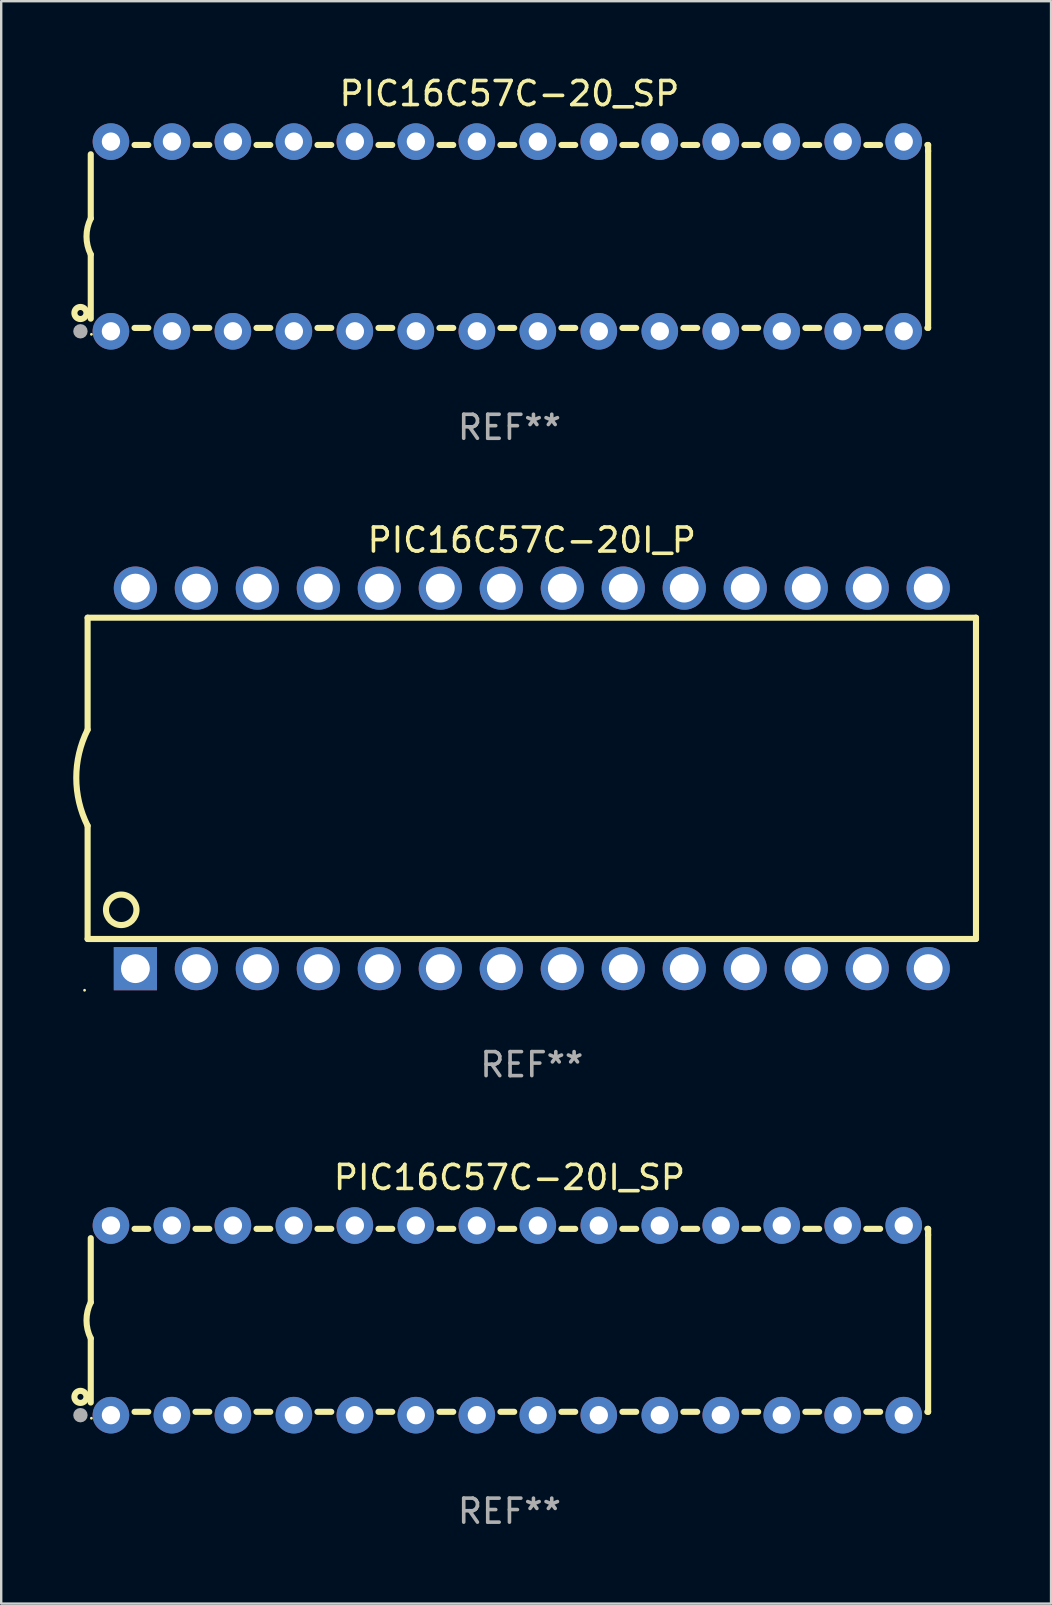
<source format=kicad_pcb>
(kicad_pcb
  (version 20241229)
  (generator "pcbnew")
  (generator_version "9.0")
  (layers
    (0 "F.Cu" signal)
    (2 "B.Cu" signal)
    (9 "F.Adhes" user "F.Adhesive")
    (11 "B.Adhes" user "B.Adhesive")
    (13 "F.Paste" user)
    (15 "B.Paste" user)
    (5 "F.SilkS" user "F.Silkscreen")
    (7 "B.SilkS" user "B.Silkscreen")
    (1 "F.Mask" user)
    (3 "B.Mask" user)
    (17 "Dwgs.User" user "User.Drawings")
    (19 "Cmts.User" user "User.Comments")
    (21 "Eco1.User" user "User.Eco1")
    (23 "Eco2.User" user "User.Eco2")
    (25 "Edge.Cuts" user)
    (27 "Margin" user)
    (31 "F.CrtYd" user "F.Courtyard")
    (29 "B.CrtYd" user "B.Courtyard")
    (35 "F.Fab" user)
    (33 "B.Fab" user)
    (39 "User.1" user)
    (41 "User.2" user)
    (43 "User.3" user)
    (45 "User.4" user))
  (footprint "PIC16C57C-20_SP"
    (layer "F.Cu")
    (at 18.168 6.798)
    (property "Reference" "PIC16C57C-20_SP" (at 0 -5.95 0) (layer "F.SilkS") (effects (font (size 1 1) (thickness 0.15))))
    (attr through_hole)
    (fp_line (start -17.438 0.75) (end -17.438 3.423) (stroke (width 0.254) (type solid)) (layer "F.SilkS"))
    (fp_line (start -17.438 -3.423) (end -17.438 -0.75) (stroke (width 0.254) (type solid)) (layer "F.SilkS"))
    (fp_line (start -15.615 3.81) (end -15.041 3.81) (stroke (width 0.254) (type solid)) (layer "F.SilkS"))
    (fp_line (start -15.041 -3.81) (end -15.614 -3.81) (stroke (width 0.254) (type solid)) (layer "F.SilkS"))
    (fp_line (start -13.075 3.81) (end -12.501 3.81) (stroke (width 0.254) (type solid)) (layer "F.SilkS"))
    (fp_line (start -12.501 -3.81) (end -13.074 -3.81) (stroke (width 0.254) (type solid)) (layer "F.SilkS"))
    (fp_line (start -10.535 3.81) (end -9.961 3.81) (stroke (width 0.254) (type solid)) (layer "F.SilkS"))
    (fp_line (start -9.961 -3.81) (end -10.534 -3.81) (stroke (width 0.254) (type solid)) (layer "F.SilkS"))
    (fp_line (start -7.995 3.81) (end -7.421 3.81) (stroke (width 0.254) (type solid)) (layer "F.SilkS"))
    (fp_line (start -7.421 -3.81) (end -7.995 -3.81) (stroke (width 0.254) (type solid)) (layer "F.SilkS"))
    (fp_line (start -5.455 3.81) (end -4.881 3.81) (stroke (width 0.254) (type solid)) (layer "F.SilkS"))
    (fp_line (start -4.881 -3.81) (end -5.455 -3.81) (stroke (width 0.254) (type solid)) (layer "F.SilkS"))
    (fp_line (start -2.915 3.81) (end -2.341 3.81) (stroke (width 0.254) (type solid)) (layer "F.SilkS"))
    (fp_line (start -2.341 -3.81) (end -2.915 -3.81) (stroke (width 0.254) (type solid)) (layer "F.SilkS"))
    (fp_line (start -0.375 3.81) (end 0.199 3.81) (stroke (width 0.254) (type solid)) (layer "F.SilkS"))
    (fp_line (start 0.199 -3.81) (end -0.375 -3.81) (stroke (width 0.254) (type solid)) (layer "F.SilkS"))
    (fp_line (start 2.165 3.81) (end 2.739 3.81) (stroke (width 0.254) (type solid)) (layer "F.SilkS"))
    (fp_line (start 2.739 -3.81) (end 2.165 -3.81) (stroke (width 0.254) (type solid)) (layer "F.SilkS"))
    (fp_line (start 4.705 3.81) (end 5.279 3.81) (stroke (width 0.254) (type solid)) (layer "F.SilkS"))
    (fp_line (start 5.279 -3.81) (end 4.705 -3.81) (stroke (width 0.254) (type solid)) (layer "F.SilkS"))
    (fp_line (start 7.245 3.81) (end 7.819 3.81) (stroke (width 0.254) (type solid)) (layer "F.SilkS"))
    (fp_line (start 7.819 -3.81) (end 7.245 -3.81) (stroke (width 0.254) (type solid)) (layer "F.SilkS"))
    (fp_line (start 9.785 3.81) (end 10.359 3.81) (stroke (width 0.254) (type solid)) (layer "F.SilkS"))
    (fp_line (start 10.359 -3.81) (end 9.785 -3.81) (stroke (width 0.254) (type solid)) (layer "F.SilkS"))
    (fp_line (start 12.325 3.81) (end 12.899 3.81) (stroke (width 0.254) (type solid)) (layer "F.SilkS"))
    (fp_line (start 12.899 -3.81) (end 12.325 -3.81) (stroke (width 0.254) (type solid)) (layer "F.SilkS"))
    (fp_line (start 14.865 3.81) (end 15.439 3.81) (stroke (width 0.254) (type solid)) (layer "F.SilkS"))
    (fp_line (start 15.439 -3.81) (end 14.865 -3.81) (stroke (width 0.254) (type solid)) (layer "F.SilkS"))
    (fp_line (start 17.405 3.81) (end 17.438 3.81) (stroke (width 0.254) (type solid)) (layer "F.SilkS"))
    (fp_line (start 17.438 -3.81) (end 17.405 -3.81) (stroke (width 0.254) (type solid)) (layer "F.SilkS"))
    (fp_line (start 17.438 -3.556) (end 17.438 -3.81) (stroke (width 0.254) (type solid)) (layer "F.SilkS"))
    (fp_line (start 17.438 3.81) (end 17.438 -3.556) (stroke (width 0.254) (type solid)) (layer "F.SilkS"))
    (fp_arc (start -17.437986 0.749657) (mid -17.614887 -0.000024) (end -17.437783 -0.749657) (stroke (width 0.254001) (type solid)) (layer "F.SilkS"))
    (fp_circle (center -17.868 3.188) (end -17.743 3.188) (stroke (width 0.254) (type solid)) (fill no) (layer "F.SilkS"))
    (fp_circle (center -17.411 4.077) (end -17.381 4.077) (stroke (width 0.06) (type solid)) (fill no) (layer "F.SilkS"))
    (fp_circle (center -17.868 3.95) (end -17.718 3.95) (stroke (width 0.3) (type solid)) (fill no) (layer "F.Fab"))
    (fp_text user "REF**" (at 0 7.95 0) (layer "F.Fab") (effects (font (size 1 1) (thickness 0.15))))
    (pad "1" thru_hole circle (at -16.598 3.95) (size 1.524 1.524) (drill 0.762) (layers "*.Cu" "*.Mask"))
    (pad "2" thru_hole circle (at -14.058 3.95) (size 1.524 1.524) (drill 0.762) (layers "*.Cu" "*.Mask"))
    (pad "3" thru_hole circle (at -11.518 3.95) (size 1.524 1.524) (drill 0.762) (layers "*.Cu" "*.Mask"))
    (pad "4" thru_hole circle (at -8.978 3.95) (size 1.524 1.524) (drill 0.762) (layers "*.Cu" "*.Mask"))
    (pad "5" thru_hole circle (at -6.438 3.95) (size 1.524 1.524) (drill 0.762) (layers "*.Cu" "*.Mask"))
    (pad "6" thru_hole circle (at -3.898 3.95) (size 1.524 1.524) (drill 0.762) (layers "*.Cu" "*.Mask"))
    (pad "7" thru_hole circle (at -1.358 3.95) (size 1.524 1.524) (drill 0.762) (layers "*.Cu" "*.Mask"))
    (pad "8" thru_hole circle (at 1.182 3.95) (size 1.524 1.524) (drill 0.762) (layers "*.Cu" "*.Mask"))
    (pad "9" thru_hole circle (at 3.722 3.95) (size 1.524 1.524) (drill 0.762) (layers "*.Cu" "*.Mask"))
    (pad "10" thru_hole circle (at 6.262 3.95) (size 1.524 1.524) (drill 0.762) (layers "*.Cu" "*.Mask"))
    (pad "11" thru_hole circle (at 8.802 3.95) (size 1.524 1.524) (drill 0.762) (layers "*.Cu" "*.Mask"))
    (pad "12" thru_hole circle (at 11.342 3.95) (size 1.524 1.524) (drill 0.762) (layers "*.Cu" "*.Mask"))
    (pad "13" thru_hole circle (at 13.882 3.95) (size 1.524 1.524) (drill 0.762) (layers "*.Cu" "*.Mask"))
    (pad "14" thru_hole circle (at 16.422 3.95) (size 1.524 1.524) (drill 0.762) (layers "*.Cu" "*.Mask"))
    (pad "15" thru_hole circle (at 16.422 -3.95) (size 1.524 1.524) (drill 0.762) (layers "*.Cu" "*.Mask"))
    (pad "16" thru_hole circle (at 13.882 -3.95) (size 1.524 1.524) (drill 0.762) (layers "*.Cu" "*.Mask"))
    (pad "17" thru_hole circle (at 11.342 -3.95) (size 1.524 1.524) (drill 0.762) (layers "*.Cu" "*.Mask"))
    (pad "18" thru_hole circle (at 8.802 -3.95) (size 1.524 1.524) (drill 0.762) (layers "*.Cu" "*.Mask"))
    (pad "19" thru_hole circle (at 6.262 -3.95) (size 1.524 1.524) (drill 0.762) (layers "*.Cu" "*.Mask"))
    (pad "20" thru_hole circle (at 3.722 -3.95) (size 1.524 1.524) (drill 0.762) (layers "*.Cu" "*.Mask"))
    (pad "21" thru_hole circle (at 1.182 -3.95) (size 1.524 1.524) (drill 0.762) (layers "*.Cu" "*.Mask"))
    (pad "22" thru_hole circle (at -1.358 -3.95) (size 1.524 1.524) (drill 0.762) (layers "*.Cu" "*.Mask"))
    (pad "23" thru_hole circle (at -3.898 -3.95) (size 1.524 1.524) (drill 0.762) (layers "*.Cu" "*.Mask"))
    (pad "24" thru_hole circle (at -6.438 -3.95) (size 1.524 1.524) (drill 0.762) (layers "*.Cu" "*.Mask"))
    (pad "25" thru_hole circle (at -8.978 -3.95) (size 1.524 1.524) (drill 0.762) (layers "*.Cu" "*.Mask"))
    (pad "26" thru_hole circle (at -11.517 -3.95) (size 1.524 1.524) (drill 0.762) (layers "*.Cu" "*.Mask"))
    (pad "27" thru_hole circle (at -14.057 -3.95) (size 1.524 1.524) (drill 0.762) (layers "*.Cu" "*.Mask"))
    (pad "28" thru_hole circle (at -16.597 -3.95) (size 1.524 1.524) (drill 0.762) (layers "*.Cu" "*.Mask")))
  (footprint "PIC16C57C-20I_SP"
    (layer "F.Cu")
    (at 18.168 51.941)
    (property "Reference" "PIC16C57C-20I_SP" (at 0 -5.95 0) (layer "F.SilkS") (effects (font (size 1 1) (thickness 0.15))))
    (attr through_hole)
    (fp_line (start -17.438 0.75) (end -17.438 3.423) (stroke (width 0.254) (type solid)) (layer "F.SilkS"))
    (fp_line (start -17.438 -3.423) (end -17.438 -0.75) (stroke (width 0.254) (type solid)) (layer "F.SilkS"))
    (fp_line (start -15.615 3.81) (end -15.041 3.81) (stroke (width 0.254) (type solid)) (layer "F.SilkS"))
    (fp_line (start -15.041 -3.81) (end -15.614 -3.81) (stroke (width 0.254) (type solid)) (layer "F.SilkS"))
    (fp_line (start -13.075 3.81) (end -12.501 3.81) (stroke (width 0.254) (type solid)) (layer "F.SilkS"))
    (fp_line (start -12.501 -3.81) (end -13.074 -3.81) (stroke (width 0.254) (type solid)) (layer "F.SilkS"))
    (fp_line (start -10.535 3.81) (end -9.961 3.81) (stroke (width 0.254) (type solid)) (layer "F.SilkS"))
    (fp_line (start -9.961 -3.81) (end -10.534 -3.81) (stroke (width 0.254) (type solid)) (layer "F.SilkS"))
    (fp_line (start -7.995 3.81) (end -7.421 3.81) (stroke (width 0.254) (type solid)) (layer "F.SilkS"))
    (fp_line (start -7.421 -3.81) (end -7.995 -3.81) (stroke (width 0.254) (type solid)) (layer "F.SilkS"))
    (fp_line (start -5.455 3.81) (end -4.881 3.81) (stroke (width 0.254) (type solid)) (layer "F.SilkS"))
    (fp_line (start -4.881 -3.81) (end -5.455 -3.81) (stroke (width 0.254) (type solid)) (layer "F.SilkS"))
    (fp_line (start -2.915 3.81) (end -2.341 3.81) (stroke (width 0.254) (type solid)) (layer "F.SilkS"))
    (fp_line (start -2.341 -3.81) (end -2.915 -3.81) (stroke (width 0.254) (type solid)) (layer "F.SilkS"))
    (fp_line (start -0.375 3.81) (end 0.199 3.81) (stroke (width 0.254) (type solid)) (layer "F.SilkS"))
    (fp_line (start 0.199 -3.81) (end -0.375 -3.81) (stroke (width 0.254) (type solid)) (layer "F.SilkS"))
    (fp_line (start 2.165 3.81) (end 2.739 3.81) (stroke (width 0.254) (type solid)) (layer "F.SilkS"))
    (fp_line (start 2.739 -3.81) (end 2.165 -3.81) (stroke (width 0.254) (type solid)) (layer "F.SilkS"))
    (fp_line (start 4.705 3.81) (end 5.279 3.81) (stroke (width 0.254) (type solid)) (layer "F.SilkS"))
    (fp_line (start 5.279 -3.81) (end 4.705 -3.81) (stroke (width 0.254) (type solid)) (layer "F.SilkS"))
    (fp_line (start 7.245 3.81) (end 7.819 3.81) (stroke (width 0.254) (type solid)) (layer "F.SilkS"))
    (fp_line (start 7.819 -3.81) (end 7.245 -3.81) (stroke (width 0.254) (type solid)) (layer "F.SilkS"))
    (fp_line (start 9.785 3.81) (end 10.359 3.81) (stroke (width 0.254) (type solid)) (layer "F.SilkS"))
    (fp_line (start 10.359 -3.81) (end 9.785 -3.81) (stroke (width 0.254) (type solid)) (layer "F.SilkS"))
    (fp_line (start 12.325 3.81) (end 12.899 3.81) (stroke (width 0.254) (type solid)) (layer "F.SilkS"))
    (fp_line (start 12.899 -3.81) (end 12.325 -3.81) (stroke (width 0.254) (type solid)) (layer "F.SilkS"))
    (fp_line (start 14.865 3.81) (end 15.439 3.81) (stroke (width 0.254) (type solid)) (layer "F.SilkS"))
    (fp_line (start 15.439 -3.81) (end 14.865 -3.81) (stroke (width 0.254) (type solid)) (layer "F.SilkS"))
    (fp_line (start 17.405 3.81) (end 17.438 3.81) (stroke (width 0.254) (type solid)) (layer "F.SilkS"))
    (fp_line (start 17.438 -3.81) (end 17.405 -3.81) (stroke (width 0.254) (type solid)) (layer "F.SilkS"))
    (fp_line (start 17.438 -3.556) (end 17.438 -3.81) (stroke (width 0.254) (type solid)) (layer "F.SilkS"))
    (fp_line (start 17.438 3.81) (end 17.438 -3.556) (stroke (width 0.254) (type solid)) (layer "F.SilkS"))
    (fp_arc (start -17.437986 0.749657) (mid -17.614887 -0.000024) (end -17.437783 -0.749657) (stroke (width 0.254001) (type solid)) (layer "F.SilkS"))
    (fp_circle (center -17.868 3.188) (end -17.743 3.188) (stroke (width 0.254) (type solid)) (fill no) (layer "F.SilkS"))
    (fp_circle (center -17.411 4.077) (end -17.381 4.077) (stroke (width 0.06) (type solid)) (fill no) (layer "F.SilkS"))
    (fp_circle (center -17.868 3.95) (end -17.718 3.95) (stroke (width 0.3) (type solid)) (fill no) (layer "F.Fab"))
    (fp_text user "REF**" (at 0 7.95 0) (layer "F.Fab") (effects (font (size 1 1) (thickness 0.15))))
    (pad "1" thru_hole circle (at -16.598 3.95) (size 1.524 1.524) (drill 0.762) (layers "*.Cu" "*.Mask"))
    (pad "2" thru_hole circle (at -14.058 3.95) (size 1.524 1.524) (drill 0.762) (layers "*.Cu" "*.Mask"))
    (pad "3" thru_hole circle (at -11.518 3.95) (size 1.524 1.524) (drill 0.762) (layers "*.Cu" "*.Mask"))
    (pad "4" thru_hole circle (at -8.978 3.95) (size 1.524 1.524) (drill 0.762) (layers "*.Cu" "*.Mask"))
    (pad "5" thru_hole circle (at -6.438 3.95) (size 1.524 1.524) (drill 0.762) (layers "*.Cu" "*.Mask"))
    (pad "6" thru_hole circle (at -3.898 3.95) (size 1.524 1.524) (drill 0.762) (layers "*.Cu" "*.Mask"))
    (pad "7" thru_hole circle (at -1.358 3.95) (size 1.524 1.524) (drill 0.762) (layers "*.Cu" "*.Mask"))
    (pad "8" thru_hole circle (at 1.182 3.95) (size 1.524 1.524) (drill 0.762) (layers "*.Cu" "*.Mask"))
    (pad "9" thru_hole circle (at 3.722 3.95) (size 1.524 1.524) (drill 0.762) (layers "*.Cu" "*.Mask"))
    (pad "10" thru_hole circle (at 6.262 3.95) (size 1.524 1.524) (drill 0.762) (layers "*.Cu" "*.Mask"))
    (pad "11" thru_hole circle (at 8.802 3.95) (size 1.524 1.524) (drill 0.762) (layers "*.Cu" "*.Mask"))
    (pad "12" thru_hole circle (at 11.342 3.95) (size 1.524 1.524) (drill 0.762) (layers "*.Cu" "*.Mask"))
    (pad "13" thru_hole circle (at 13.882 3.95) (size 1.524 1.524) (drill 0.762) (layers "*.Cu" "*.Mask"))
    (pad "14" thru_hole circle (at 16.422 3.95) (size 1.524 1.524) (drill 0.762) (layers "*.Cu" "*.Mask"))
    (pad "15" thru_hole circle (at 16.422 -3.95) (size 1.524 1.524) (drill 0.762) (layers "*.Cu" "*.Mask"))
    (pad "16" thru_hole circle (at 13.882 -3.95) (size 1.524 1.524) (drill 0.762) (layers "*.Cu" "*.Mask"))
    (pad "17" thru_hole circle (at 11.342 -3.95) (size 1.524 1.524) (drill 0.762) (layers "*.Cu" "*.Mask"))
    (pad "18" thru_hole circle (at 8.802 -3.95) (size 1.524 1.524) (drill 0.762) (layers "*.Cu" "*.Mask"))
    (pad "19" thru_hole circle (at 6.262 -3.95) (size 1.524 1.524) (drill 0.762) (layers "*.Cu" "*.Mask"))
    (pad "20" thru_hole circle (at 3.722 -3.95) (size 1.524 1.524) (drill 0.762) (layers "*.Cu" "*.Mask"))
    (pad "21" thru_hole circle (at 1.182 -3.95) (size 1.524 1.524) (drill 0.762) (layers "*.Cu" "*.Mask"))
    (pad "22" thru_hole circle (at -1.358 -3.95) (size 1.524 1.524) (drill 0.762) (layers "*.Cu" "*.Mask"))
    (pad "23" thru_hole circle (at -3.898 -3.95) (size 1.524 1.524) (drill 0.762) (layers "*.Cu" "*.Mask"))
    (pad "24" thru_hole circle (at -6.438 -3.95) (size 1.524 1.524) (drill 0.762) (layers "*.Cu" "*.Mask"))
    (pad "25" thru_hole circle (at -8.978 -3.95) (size 1.524 1.524) (drill 0.762) (layers "*.Cu" "*.Mask"))
    (pad "26" thru_hole circle (at -11.517 -3.95) (size 1.524 1.524) (drill 0.762) (layers "*.Cu" "*.Mask"))
    (pad "27" thru_hole circle (at -14.057 -3.95) (size 1.524 1.524) (drill 0.762) (layers "*.Cu" "*.Mask"))
    (pad "28" thru_hole circle (at -16.597 -3.95) (size 1.524 1.524) (drill 0.762) (layers "*.Cu" "*.Mask")))
  (footprint "PIC16C57C-20I_P"
    (layer "F.Cu")
    (at 19.099 29.369)
    (property "Reference" "PIC16C57C-20I_P" (at 0 -9.925 0) (layer "F.SilkS") (effects (font (size 1 1) (thickness 0.15))))
    (attr through_hole)
    (fp_line (start -18.5 -6.692) (end -18.5 -2.026) (stroke (width 0.254) (type solid)) (layer "F.SilkS"))
    (fp_line (start -18.5 6.689) (end -18.5 1.974) (stroke (width 0.254) (type solid)) (layer "F.SilkS"))
    (fp_line (start -18.5 6.689) (end 18.5 6.689) (stroke (width 0.254) (type solid)) (layer "F.SilkS"))
    (fp_line (start 18.5 -6.692) (end -18.5 -6.692) (stroke (width 0.254) (type solid)) (layer "F.SilkS"))
    (fp_line (start 18.5 6.689) (end 18.5 -6.692) (stroke (width 0.254) (type solid)) (layer "F.SilkS"))
    (fp_arc (start -18.500051 1.974346) (mid -18.972187 -0.025654) (end -18.500051 -2.025654) (stroke (width 0.254001) (type solid)) (layer "F.SilkS"))
    (fp_circle (center -18.627 8.824) (end -18.597 8.824) (stroke (width 0.06) (type solid)) (fill no) (layer "F.SilkS"))
    (fp_circle (center -17.1 5.474) (end -16.465 5.474) (stroke (width 0.254) (type solid)) (fill no) (layer "F.SilkS"))
    (fp_text user "REF**" (at 0 11.925 0) (layer "F.Fab") (effects (font (size 1 1) (thickness 0.15))))
    (pad "1" thru_hole rect (at -16.51 7.925) (size 1.8 1.8) (drill 1.2) (layers "*.Cu" "*.Mask"))
    (pad "2" thru_hole circle (at -13.97 7.924) (size 1.8 1.8) (drill 1.2) (layers "*.Cu" "*.Mask"))
    (pad "3" thru_hole circle (at -11.43 7.924) (size 1.8 1.8) (drill 1.2) (layers "*.Cu" "*.Mask"))
    (pad "4" thru_hole circle (at -8.89 7.924) (size 1.8 1.8) (drill 1.2) (layers "*.Cu" "*.Mask"))
    (pad "5" thru_hole circle (at -6.35 7.924) (size 1.8 1.8) (drill 1.2) (layers "*.Cu" "*.Mask"))
    (pad "6" thru_hole circle (at -3.81 7.924) (size 1.8 1.8) (drill 1.2) (layers "*.Cu" "*.Mask"))
    (pad "7" thru_hole circle (at -1.27 7.924) (size 1.8 1.8) (drill 1.2) (layers "*.Cu" "*.Mask"))
    (pad "8" thru_hole circle (at 1.27 7.924) (size 1.8 1.8) (drill 1.2) (layers "*.Cu" "*.Mask"))
    (pad "9" thru_hole circle (at 3.81 7.924) (size 1.8 1.8) (drill 1.2) (layers "*.Cu" "*.Mask"))
    (pad "10" thru_hole circle (at 6.35 7.924) (size 1.8 1.8) (drill 1.2) (layers "*.Cu" "*.Mask"))
    (pad "11" thru_hole circle (at 8.89 7.924) (size 1.8 1.8) (drill 1.2) (layers "*.Cu" "*.Mask"))
    (pad "12" thru_hole circle (at 11.43 7.924) (size 1.8 1.8) (drill 1.2) (layers "*.Cu" "*.Mask"))
    (pad "13" thru_hole circle (at 13.97 7.924) (size 1.8 1.8) (drill 1.2) (layers "*.Cu" "*.Mask"))
    (pad "14" thru_hole circle (at 16.51 7.924) (size 1.8 1.8) (drill 1.2) (layers "*.Cu" "*.Mask"))
    (pad "15" thru_hole circle (at 16.51 -7.925) (size 1.8 1.8) (drill 1.2) (layers "*.Cu" "*.Mask"))
    (pad "16" thru_hole circle (at 13.97 -7.925) (size 1.8 1.8) (drill 1.2) (layers "*.Cu" "*.Mask"))
    (pad "17" thru_hole circle (at 11.43 -7.925) (size 1.8 1.8) (drill 1.2) (layers "*.Cu" "*.Mask"))
    (pad "18" thru_hole circle (at 8.89 -7.925) (size 1.8 1.8) (drill 1.2) (layers "*.Cu" "*.Mask"))
    (pad "19" thru_hole circle (at 6.35 -7.925) (size 1.8 1.8) (drill 1.2) (layers "*.Cu" "*.Mask"))
    (pad "20" thru_hole circle (at 3.81 -7.925) (size 1.8 1.8) (drill 1.2) (layers "*.Cu" "*.Mask"))
    (pad "21" thru_hole circle (at 1.27 -7.925) (size 1.8 1.8) (drill 1.2) (layers "*.Cu" "*.Mask"))
    (pad "22" thru_hole circle (at -1.27 -7.925) (size 1.8 1.8) (drill 1.2) (layers "*.Cu" "*.Mask"))
    (pad "23" thru_hole circle (at -3.81 -7.925) (size 1.8 1.8) (drill 1.2) (layers "*.Cu" "*.Mask"))
    (pad "24" thru_hole circle (at -6.35 -7.925) (size 1.8 1.8) (drill 1.2) (layers "*.Cu" "*.Mask"))
    (pad "25" thru_hole circle (at -8.89 -7.925) (size 1.8 1.8) (drill 1.2) (layers "*.Cu" "*.Mask"))
    (pad "26" thru_hole circle (at -11.43 -7.925) (size 1.8 1.8) (drill 1.2) (layers "*.Cu" "*.Mask"))
    (pad "27" thru_hole circle (at -13.97 -7.925) (size 1.8 1.8) (drill 1.2) (layers "*.Cu" "*.Mask"))
    (pad "28" thru_hole circle (at -16.51 -7.925) (size 1.8 1.8) (drill 1.2) (layers "*.Cu" "*.Mask")))
  (gr_rect
    (start -3 -3)
    (end 40.726 63.739)
    (stroke (width 0.1) (type default))
    (fill no)
    (layer "Edge.Cuts")))
</source>
